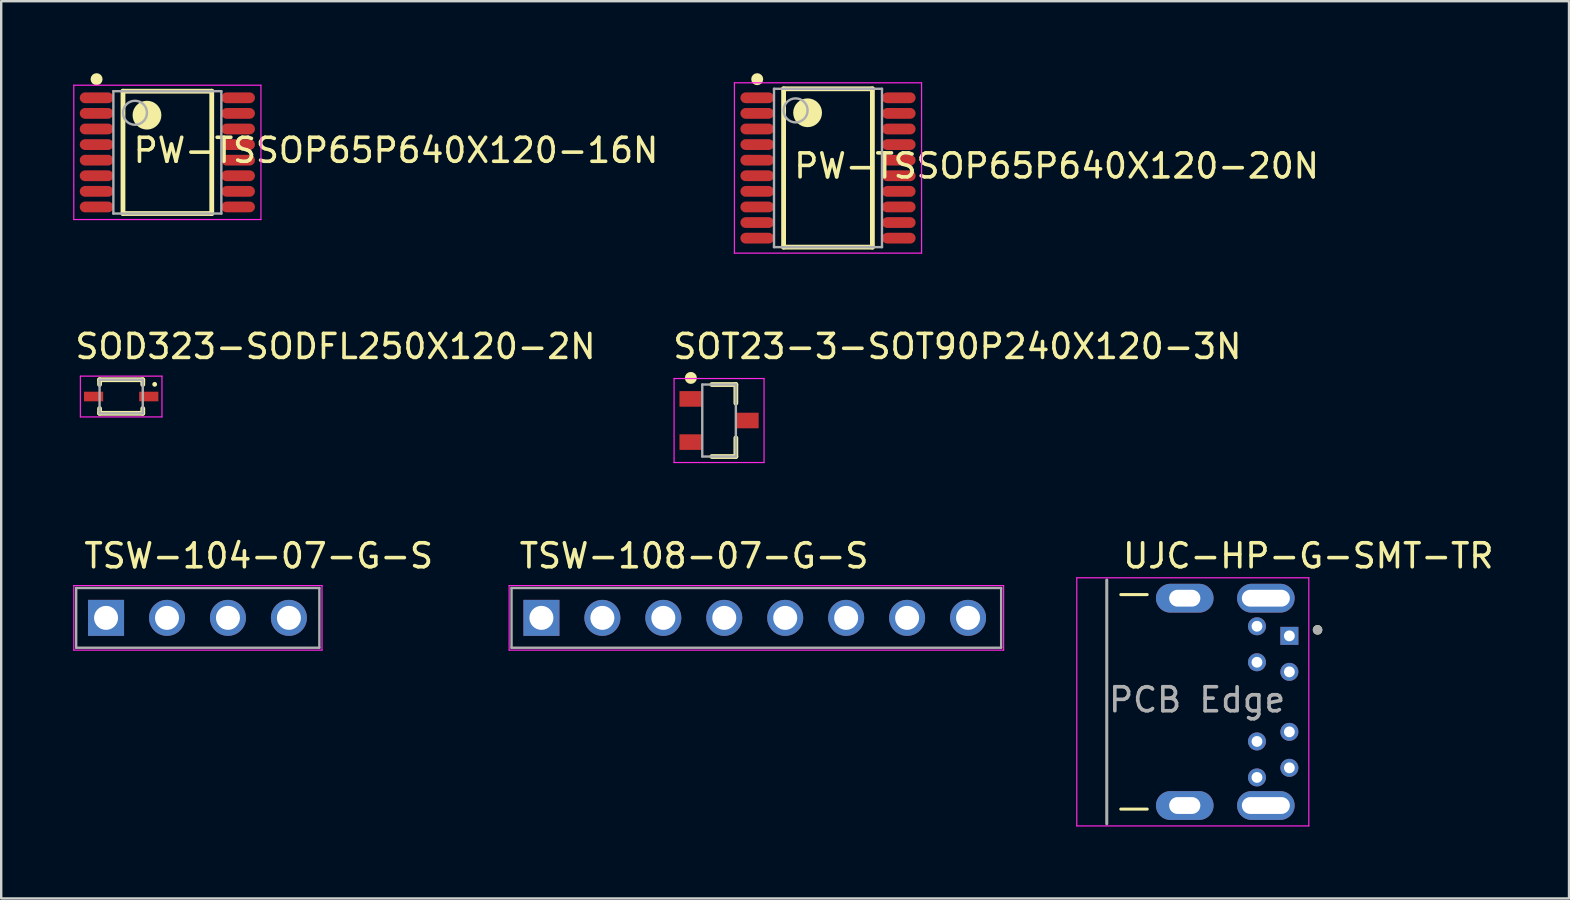
<source format=kicad_pcb>
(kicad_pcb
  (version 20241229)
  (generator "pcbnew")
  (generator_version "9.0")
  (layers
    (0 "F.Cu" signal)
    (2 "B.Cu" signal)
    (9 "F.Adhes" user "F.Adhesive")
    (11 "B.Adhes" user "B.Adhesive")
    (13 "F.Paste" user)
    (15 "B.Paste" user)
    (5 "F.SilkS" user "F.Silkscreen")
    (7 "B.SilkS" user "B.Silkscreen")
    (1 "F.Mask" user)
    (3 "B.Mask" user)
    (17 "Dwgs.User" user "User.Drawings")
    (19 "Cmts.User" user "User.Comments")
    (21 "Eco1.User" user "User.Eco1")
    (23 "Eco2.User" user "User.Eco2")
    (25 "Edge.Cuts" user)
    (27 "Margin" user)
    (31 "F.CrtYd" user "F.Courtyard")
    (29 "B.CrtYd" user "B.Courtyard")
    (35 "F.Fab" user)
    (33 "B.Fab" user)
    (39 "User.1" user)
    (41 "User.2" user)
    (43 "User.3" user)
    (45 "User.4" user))
  (footprint "UJC-HP-G-SMT-TR"
    (layer "F.Cu")
    (at 46.66 26.2)
    (property "Reference" "UJC-HP-G-SMT-TR" (at -3 -5.5 0) (unlocked yes) (layer "F.SilkS") (effects (font (size 1 1) (thickness 0.15)) (justify left bottom)))
    (attr through_hole)
    (fp_line (start -1.9 -4.47) (end -3 -4.47) (stroke (width 0.127) (type solid)) (layer "F.SilkS"))
    (fp_line (start -1.9 4.47) (end -3 4.47) (stroke (width 0.127) (type solid)) (layer "F.SilkS"))
    (fp_circle (center 5.2 -3) (end 5.2 -2.9) (stroke (width 0.2) (type solid)) (fill no) (layer "F.SilkS"))
    (fp_line (start -4.835 -5.17) (end -4.835 5.17) (stroke (width 0.05) (type solid)) (layer "F.CrtYd"))
    (fp_line (start 4.835 -5.17) (end -4.835 -5.17) (stroke (width 0.05) (type solid)) (layer "F.CrtYd"))
    (fp_line (start 4.835 -5.17) (end 4.835 5.17) (stroke (width 0.05) (type solid)) (layer "F.CrtYd"))
    (fp_line (start 4.835 5.17) (end -4.835 5.17) (stroke (width 0.05) (type solid)) (layer "F.CrtYd"))
    (fp_line (start -3.585 -5.08) (end -3.585 5.08) (stroke (width 0.127) (type solid)) (layer "F.Fab"))
    (fp_circle (center 5.2 -3) (end 5.3 -3) (stroke (width 0.2) (type solid)) (fill no) (layer "F.Fab"))
    (fp_text user "PCB Edge" (at -3.585 0.5 0) (unlocked yes) (layer "F.Fab") (effects (font (size 1 1) (thickness 0.15)) (justify left bottom)))
    (pad "A1" thru_hole rect (at 4.025 -2.75) (size 0.75 0.75) (drill 0.45) (layers "*.Cu" "*.Mask"))
    (pad "A4" thru_hole circle (at 4.025 -1.25) (size 0.75 0.75) (drill 0.45) (layers "*.Cu" "*.Mask"))
    (pad "A9" thru_hole circle (at 4.025 1.25) (size 0.75 0.75) (drill 0.45) (layers "*.Cu" "*.Mask"))
    (pad "A12" thru_hole circle (at 4.025 2.75) (size 0.75 0.75) (drill 0.45) (layers "*.Cu" "*.Mask"))
    (pad "B1" thru_hole circle (at 2.675 3.15) (size 0.75 0.75) (drill 0.45) (layers "*.Cu" "*.Mask"))
    (pad "B4" thru_hole circle (at 2.675 1.65) (size 0.75 0.75) (drill 0.45) (layers "*.Cu" "*.Mask"))
    (pad "B9" thru_hole circle (at 2.675 -1.65) (size 0.75 0.75) (drill 0.45) (layers "*.Cu" "*.Mask"))
    (pad "B12" thru_hole circle (at 2.675 -3.15) (size 0.75 0.75) (drill 0.45) (layers "*.Cu" "*.Mask"))
    (pad "S1" thru_hole oval (at 3.045 -4.32) (size 2.4 1.2) (drill oval 2 0.7) (layers "*.Cu" "*.Mask"))
    (pad "S2" thru_hole oval (at 3.045 4.32) (size 2.4 1.2) (drill oval 2 0.7) (layers "*.Cu" "*.Mask"))
    (pad "S3" thru_hole oval (at -0.335 -4.32) (size 2.4 1.2) (drill oval 1.3 0.7) (layers "*.Cu" "*.Mask"))
    (pad "S4" thru_hole oval (at -0.335 4.32) (size 2.4 1.2) (drill oval 1.3 0.7) (layers "*.Cu" "*.Mask")))
  (footprint "TSW-108-07-G-S"
    (layer "F.Cu")
    (at 19.514 22.7)
    (property "Reference" "TSW-108-07-G-S" (at -1 -2 0) (unlocked yes) (layer "F.SilkS") (effects (font (size 1 1) (thickness 0.15)) (justify left bottom)))
    (attr through_hole)
    (fp_line (start 10.16 -0.5) (end 10.16 0.5) (stroke (width 0.1) (type solid)) (layer "Eco1.User"))
    (fp_line (start 10.66 0) (end 9.66 0) (stroke (width 0.1) (type solid)) (layer "Eco1.User"))
    (fp_line (start -1.345 -1.345) (end -1.345 1.345) (stroke (width 0.05) (type solid)) (layer "F.CrtYd"))
    (fp_line (start 19.262 -1.345) (end -1.345 -1.345) (stroke (width 0.05) (type solid)) (layer "F.CrtYd"))
    (fp_line (start 19.262 -1.345) (end 19.262 1.345) (stroke (width 0.05) (type solid)) (layer "F.CrtYd"))
    (fp_line (start 19.262 1.345) (end -1.345 1.345) (stroke (width 0.05) (type solid)) (layer "F.CrtYd"))
    (fp_line (start -1.245 -1.245) (end -1.245 1.245) (stroke (width 0.1) (type solid)) (layer "F.Fab"))
    (fp_line (start 19.16 -1.245) (end -1.245 -1.245) (stroke (width 0.1) (type solid)) (layer "F.Fab"))
    (fp_line (start 19.16 -1.245) (end 19.16 1.245) (stroke (width 0.1) (type solid)) (layer "F.Fab"))
    (fp_line (start 19.16 1.245) (end -1.245 1.245) (stroke (width 0.1) (type solid)) (layer "F.Fab"))
    (pad "1" thru_hole rect (at 0 0) (size 1.5 1.5) (drill 1) (layers "*.Cu" "*.Mask"))
    (pad "2" thru_hole circle (at 2.54 0) (size 1.5 1.5) (drill 1) (layers "*.Cu" "*.Mask"))
    (pad "3" thru_hole circle (at 5.08 0) (size 1.5 1.5) (drill 1) (layers "*.Cu" "*.Mask"))
    (pad "4" thru_hole circle (at 7.62 0) (size 1.5 1.5) (drill 1) (layers "*.Cu" "*.Mask"))
    (pad "5" thru_hole circle (at 10.16 0) (size 1.5 1.5) (drill 1) (layers "*.Cu" "*.Mask"))
    (pad "6" thru_hole circle (at 12.7 0) (size 1.5 1.5) (drill 1) (layers "*.Cu" "*.Mask"))
    (pad "7" thru_hole circle (at 15.24 0) (size 1.5 1.5) (drill 1) (layers "*.Cu" "*.Mask"))
    (pad "8" thru_hole circle (at 17.78 0) (size 1.5 1.5) (drill 1) (layers "*.Cu" "*.Mask")))
  (footprint "PW-TSSOP65P640X120-16N"
    (layer "F.Cu")
    (at 3.925 3.3)
    (property "Reference" "PW-TSSOP65P640X120-16N" (at -1.5 0.5 0) (unlocked yes) (layer "F.SilkS") (effects (font (size 1 1) (thickness 0.15)) (justify left bottom)))
    (attr smd)
    (fp_line (start -1.85 -2.55) (end 1.85 -2.55) (stroke (width 0.2) (type solid)) (layer "F.SilkS"))
    (fp_line (start -1.85 2.55) (end -1.85 -2.55) (stroke (width 0.2) (type solid)) (layer "F.SilkS"))
    (fp_line (start -1.85 2.55) (end 1.85 2.55) (stroke (width 0.2) (type solid)) (layer "F.SilkS"))
    (fp_line (start 1.85 2.55) (end 1.85 -2.55) (stroke (width 0.2) (type solid)) (layer "F.SilkS"))
    (fp_circle (center -2.95 -3.05) (end -2.95 -3.175) (stroke (width 0.25) (type solid)) (fill no) (layer "F.SilkS"))
    (fp_circle (center -0.85 -1.55) (end -0.85 -1.85) (stroke (width 0.6) (type solid)) (fill no) (layer "F.SilkS"))
    (fp_line (start -3.9 -2.8) (end 3.9 -2.8) (stroke (width 0.05) (type solid)) (layer "F.CrtYd"))
    (fp_line (start -3.9 2.8) (end -3.9 -2.8) (stroke (width 0.05) (type solid)) (layer "F.CrtYd"))
    (fp_line (start -3.9 2.8) (end 3.9 2.8) (stroke (width 0.05) (type solid)) (layer "F.CrtYd"))
    (fp_line (start 3.9 2.8) (end 3.9 -2.8) (stroke (width 0.05) (type solid)) (layer "F.CrtYd"))
    (fp_line (start -2.25 -2.55) (end 2.25 -2.55) (stroke (width 0.1) (type solid)) (layer "F.Fab"))
    (fp_line (start -2.25 2.55) (end -2.25 -2.55) (stroke (width 0.1) (type solid)) (layer "F.Fab"))
    (fp_line (start -2.25 2.55) (end 2.25 2.55) (stroke (width 0.1) (type solid)) (layer "F.Fab"))
    (fp_line (start 2.25 2.55) (end 2.25 -2.55) (stroke (width 0.1) (type solid)) (layer "F.Fab"))
    (fp_circle (center -1.35 -1.65) (end -0.85 -1.65) (stroke (width 0.1) (type solid)) (fill no) (layer "F.Fab"))
    (pad "1" smd oval (at -2.95 -2.275 90) (size 0.45 1.4) (layers "F.Cu" "F.Mask" "F.Paste"))
    (pad "2" smd oval (at -2.95 -1.625 90) (size 0.45 1.4) (layers "F.Cu" "F.Mask" "F.Paste"))
    (pad "3" smd oval (at -2.95 -0.975 90) (size 0.45 1.4) (layers "F.Cu" "F.Mask" "F.Paste"))
    (pad "4" smd oval (at -2.95 -0.325 90) (size 0.45 1.4) (layers "F.Cu" "F.Mask" "F.Paste"))
    (pad "5" smd oval (at -2.95 0.325 90) (size 0.45 1.4) (layers "F.Cu" "F.Mask" "F.Paste"))
    (pad "6" smd oval (at -2.95 0.975 90) (size 0.45 1.4) (layers "F.Cu" "F.Mask" "F.Paste"))
    (pad "7" smd oval (at -2.95 1.625 90) (size 0.45 1.4) (layers "F.Cu" "F.Mask" "F.Paste"))
    (pad "8" smd oval (at -2.95 2.275 90) (size 0.45 1.4) (layers "F.Cu" "F.Mask" "F.Paste"))
    (pad "9" smd oval (at 2.95 2.275 90) (size 0.45 1.4) (layers "F.Cu" "F.Mask" "F.Paste"))
    (pad "10" smd oval (at 2.95 1.625 90) (size 0.45 1.4) (layers "F.Cu" "F.Mask" "F.Paste"))
    (pad "11" smd oval (at 2.95 0.975 90) (size 0.45 1.4) (layers "F.Cu" "F.Mask" "F.Paste"))
    (pad "12" smd oval (at 2.95 0.325 90) (size 0.45 1.4) (layers "F.Cu" "F.Mask" "F.Paste"))
    (pad "13" smd oval (at 2.95 -0.325 90) (size 0.45 1.4) (layers "F.Cu" "F.Mask" "F.Paste"))
    (pad "14" smd oval (at 2.95 -0.975 90) (size 0.45 1.4) (layers "F.Cu" "F.Mask" "F.Paste"))
    (pad "15" smd oval (at 2.95 -1.625 90) (size 0.45 1.4) (layers "F.Cu" "F.Mask" "F.Paste"))
    (pad "16" smd oval (at 2.95 -2.275 90) (size 0.45 1.4) (layers "F.Cu" "F.Mask" "F.Paste")))
  (footprint "TSW-104-07-G-S"
    (layer "F.Cu")
    (at 1.37 22.7)
    (property "Reference" "TSW-104-07-G-S" (at -1 -2 0) (unlocked yes) (layer "F.SilkS") (effects (font (size 1 1) (thickness 0.15)) (justify left bottom)))
    (attr smd)
    (fp_line (start -1.345 1.345) (end -1.345 -1.345) (stroke (width 0.05) (type solid)) (layer "F.CrtYd"))
    (fp_line (start 9 -1.345) (end -1.345 -1.345) (stroke (width 0.05) (type solid)) (layer "F.CrtYd"))
    (fp_line (start 9 1.345) (end -1.345 1.345) (stroke (width 0.05) (type solid)) (layer "F.CrtYd"))
    (fp_line (start 9 1.345) (end 9 -1.345) (stroke (width 0.05) (type solid)) (layer "F.CrtYd"))
    (fp_line (start -1.245 1.245) (end -1.245 -1.245) (stroke (width 0.1) (type solid)) (layer "F.Fab"))
    (fp_line (start 8.89 -1.245) (end -1.245 -1.245) (stroke (width 0.1) (type solid)) (layer "F.Fab"))
    (fp_line (start 8.89 1.245) (end -1.245 1.245) (stroke (width 0.1) (type solid)) (layer "F.Fab"))
    (fp_line (start 8.89 1.245) (end 8.89 -1.245) (stroke (width 0.1) (type solid)) (layer "F.Fab"))
    (pad "1" thru_hole rect (at 0 0) (size 1.5 1.5) (drill 1) (layers "*.Cu" "*.Mask"))
    (pad "2" thru_hole circle (at 2.54 0) (size 1.5 1.5) (drill 1) (layers "*.Cu" "*.Mask"))
    (pad "3" thru_hole circle (at 5.08 0) (size 1.5 1.5) (drill 1) (layers "*.Cu" "*.Mask"))
    (pad "4" thru_hole circle (at 7.62 0) (size 1.5 1.5) (drill 1) (layers "*.Cu" "*.Mask")))
  (footprint "SOD323-SODFL250X120-2N"
    (layer "F.Cu")
    (at 2 13.475)
    (property "Reference" "SOD323-SODFL250X120-2N" (at -2 -1.5 0) (unlocked yes) (layer "F.SilkS") (effects (font (size 1 1) (thickness 0.15)) (justify left bottom)))
    (attr smd)
    (fp_line (start -0.9 -0.7) (end -0.9 -0.5) (stroke (width 0.2) (type solid)) (layer "F.SilkS"))
    (fp_line (start -0.9 0.5) (end -0.9 0.7) (stroke (width 0.2) (type solid)) (layer "F.SilkS"))
    (fp_line (start 0.9 -0.7) (end -0.9 -0.7) (stroke (width 0.2) (type solid)) (layer "F.SilkS"))
    (fp_line (start 0.9 -0.7) (end 0.9 -0.5) (stroke (width 0.2) (type solid)) (layer "F.SilkS"))
    (fp_line (start 0.9 0.5) (end 0.9 0.7) (stroke (width 0.2) (type solid)) (layer "F.SilkS"))
    (fp_line (start 0.9 0.7) (end -0.9 0.7) (stroke (width 0.2) (type solid)) (layer "F.SilkS"))
    (fp_circle (center 1.397 -0.508) (end 1.397 -0.458) (stroke (width 0.1) (type solid)) (fill no) (layer "F.SilkS"))
    (fp_line (start -1.7 -0.85) (end -1.7 0.85) (stroke (width 0.05) (type solid)) (layer "F.CrtYd"))
    (fp_line (start 1.7 -0.85) (end -1.7 -0.85) (stroke (width 0.05) (type solid)) (layer "F.CrtYd"))
    (fp_line (start 1.7 -0.85) (end 1.7 0.85) (stroke (width 0.05) (type solid)) (layer "F.CrtYd"))
    (fp_line (start 1.7 0.85) (end -1.7 0.85) (stroke (width 0.05) (type solid)) (layer "F.CrtYd"))
    (fp_line (start -0.9 -0.7) (end -0.9 0.7) (stroke (width 0.1) (type solid)) (layer "F.Fab"))
    (fp_line (start 0.9 -0.7) (end -0.9 -0.7) (stroke (width 0.1) (type solid)) (layer "F.Fab"))
    (fp_line (start 0.9 -0.7) (end 0.9 0.7) (stroke (width 0.1) (type solid)) (layer "F.Fab"))
    (fp_line (start 0.9 0.7) (end -0.9 0.7) (stroke (width 0.1) (type solid)) (layer "F.Fab"))
    (pad "1" smd rect (at -1.15 0 90) (size 0.4 0.8) (layers "F.Cu" "F.Mask" "F.Paste"))
    (pad "2" smd rect (at 1.15 0 90) (size 0.4 0.8) (layers "F.Cu" "F.Mask" "F.Paste")))
  (footprint "SOT23-3-SOT90P240X120-3N"
    (layer "F.Cu")
    (at 26.917 14.475)
    (property "Reference" "SOT23-3-SOT90P240X120-3N" (at -2 -2.5 0) (unlocked yes) (layer "F.SilkS") (effects (font (size 1 1) (thickness 0.15)) (justify left bottom)))
    (attr smd)
    (fp_line (start -0.3 -1.5) (end 0.7 -1.5) (stroke (width 0.2) (type solid)) (layer "F.SilkS"))
    (fp_line (start -0.3 1.5) (end 0.7 1.5) (stroke (width 0.2) (type solid)) (layer "F.SilkS"))
    (fp_line (start 0.7 -1.5) (end 0.7 -0.725) (stroke (width 0.2) (type solid)) (layer "F.SilkS"))
    (fp_line (start 0.7 0.725) (end 0.7 1.5) (stroke (width 0.2) (type solid)) (layer "F.SilkS"))
    (fp_circle (center -1.175 -1.775) (end -1.05 -1.775) (stroke (width 0.25) (type solid)) (fill no) (layer "F.SilkS"))
    (fp_line (start -1.875 -1.75) (end -1.875 1.75) (stroke (width 0.05) (type solid)) (layer "F.CrtYd"))
    (fp_line (start -1.875 -1.75) (end 1.875 -1.75) (stroke (width 0.05) (type solid)) (layer "F.CrtYd"))
    (fp_line (start -1.875 1.75) (end 1.875 1.75) (stroke (width 0.05) (type solid)) (layer "F.CrtYd"))
    (fp_line (start 1.875 -1.75) (end 1.875 1.75) (stroke (width 0.05) (type solid)) (layer "F.CrtYd"))
    (fp_line (start -0.7 -1.5) (end -0.7 1.5) (stroke (width 0.1) (type solid)) (layer "F.Fab"))
    (fp_line (start -0.7 -1.5) (end 0.7 -1.5) (stroke (width 0.1) (type solid)) (layer "F.Fab"))
    (fp_line (start -0.7 1.5) (end 0.7 1.5) (stroke (width 0.1) (type solid)) (layer "F.Fab"))
    (fp_line (start 0.7 -1.5) (end 0.7 1.5) (stroke (width 0.1) (type solid)) (layer "F.Fab"))
    (pad "1" smd rect (at -1.175 0.9 90) (size 0.65 0.95) (layers "F.Cu" "F.Mask" "F.Paste"))
    (pad "2" smd rect (at -1.175 -0.9 90) (size 0.65 0.95) (layers "F.Cu" "F.Mask" "F.Paste"))
    (pad "3" smd rect (at 1.175 0 90) (size 0.65 0.95) (layers "F.Cu" "F.Mask" "F.Paste")))
  (footprint "PW-TSSOP65P640X120-20N"
    (layer "F.Cu")
    (at 31.457 3.95)
    (property "Reference" "PW-TSSOP65P640X120-20N" (at -1.5 0.5 0) (unlocked yes) (layer "F.SilkS") (effects (font (size 1 1) (thickness 0.15)) (justify left bottom)))
    (attr smd)
    (fp_line (start -1.85 3.3) (end -1.85 -3.3) (stroke (width 0.2) (type solid)) (layer "F.SilkS"))
    (fp_line (start 1.85 -3.3) (end -1.85 -3.3) (stroke (width 0.2) (type solid)) (layer "F.SilkS"))
    (fp_line (start 1.85 3.3) (end -1.85 3.3) (stroke (width 0.2) (type solid)) (layer "F.SilkS"))
    (fp_line (start 1.85 3.3) (end 1.85 -3.3) (stroke (width 0.2) (type solid)) (layer "F.SilkS"))
    (fp_circle (center -2.95 -3.7) (end -3.075 -3.7) (stroke (width 0.25) (type solid)) (fill no) (layer "F.SilkS"))
    (fp_circle (center -0.85 -2.3) (end -1.15 -2.3) (stroke (width 0.6) (type solid)) (fill no) (layer "F.SilkS"))
    (fp_line (start -3.9 3.55) (end -3.9 -3.55) (stroke (width 0.05) (type solid)) (layer "F.CrtYd"))
    (fp_line (start 3.9 -3.55) (end -3.9 -3.55) (stroke (width 0.05) (type solid)) (layer "F.CrtYd"))
    (fp_line (start 3.9 3.55) (end -3.9 3.55) (stroke (width 0.05) (type solid)) (layer "F.CrtYd"))
    (fp_line (start 3.9 3.55) (end 3.9 -3.55) (stroke (width 0.05) (type solid)) (layer "F.CrtYd"))
    (fp_line (start -2.25 3.3) (end -2.25 -3.3) (stroke (width 0.1) (type solid)) (layer "F.Fab"))
    (fp_line (start 2.25 -3.3) (end -2.25 -3.3) (stroke (width 0.1) (type solid)) (layer "F.Fab"))
    (fp_line (start 2.25 3.3) (end -2.25 3.3) (stroke (width 0.1) (type solid)) (layer "F.Fab"))
    (fp_line (start 2.25 3.3) (end 2.25 -3.3) (stroke (width 0.1) (type solid)) (layer "F.Fab"))
    (fp_circle (center -1.35 -2.4) (end -0.85 -2.4) (stroke (width 0.1) (type solid)) (fill no) (layer "F.Fab"))
    (pad "1" smd oval (at -2.95 -2.925 90) (size 0.45 1.4) (layers "F.Cu" "F.Mask" "F.Paste"))
    (pad "2" smd oval (at -2.95 -2.275 90) (size 0.45 1.4) (layers "F.Cu" "F.Mask" "F.Paste"))
    (pad "3" smd oval (at -2.95 -1.625 90) (size 0.45 1.4) (layers "F.Cu" "F.Mask" "F.Paste"))
    (pad "4" smd oval (at -2.95 -0.975 90) (size 0.45 1.4) (layers "F.Cu" "F.Mask" "F.Paste"))
    (pad "5" smd oval (at -2.95 -0.325 90) (size 0.45 1.4) (layers "F.Cu" "F.Mask" "F.Paste"))
    (pad "6" smd oval (at -2.95 0.325 90) (size 0.45 1.4) (layers "F.Cu" "F.Mask" "F.Paste"))
    (pad "7" smd oval (at -2.95 0.975 90) (size 0.45 1.4) (layers "F.Cu" "F.Mask" "F.Paste"))
    (pad "8" smd oval (at -2.95 1.625 90) (size 0.45 1.4) (layers "F.Cu" "F.Mask" "F.Paste"))
    (pad "9" smd oval (at -2.95 2.275 90) (size 0.45 1.4) (layers "F.Cu" "F.Mask" "F.Paste"))
    (pad "10" smd oval (at -2.95 2.925 90) (size 0.45 1.4) (layers "F.Cu" "F.Mask" "F.Paste"))
    (pad "11" smd oval (at 2.95 2.925 90) (size 0.45 1.4) (layers "F.Cu" "F.Mask" "F.Paste"))
    (pad "12" smd oval (at 2.95 2.275 90) (size 0.45 1.4) (layers "F.Cu" "F.Mask" "F.Paste"))
    (pad "13" smd oval (at 2.95 1.625 90) (size 0.45 1.4) (layers "F.Cu" "F.Mask" "F.Paste"))
    (pad "14" smd oval (at 2.95 0.975 90) (size 0.45 1.4) (layers "F.Cu" "F.Mask" "F.Paste"))
    (pad "15" smd oval (at 2.95 0.325 90) (size 0.45 1.4) (layers "F.Cu" "F.Mask" "F.Paste"))
    (pad "16" smd oval (at 2.95 -0.325 90) (size 0.45 1.4) (layers "F.Cu" "F.Mask" "F.Paste"))
    (pad "17" smd oval (at 2.95 -0.975 90) (size 0.45 1.4) (layers "F.Cu" "F.Mask" "F.Paste"))
    (pad "18" smd oval (at 2.95 -1.625 90) (size 0.45 1.4) (layers "F.Cu" "F.Mask" "F.Paste"))
    (pad "19" smd oval (at 2.95 -2.275 90) (size 0.45 1.4) (layers "F.Cu" "F.Mask" "F.Paste"))
    (pad "20" smd oval (at 2.95 -2.925 90) (size 0.45 1.4) (layers "F.Cu" "F.Mask" "F.Paste")))
  (gr_rect
    (start -3 -3)
    (end 62.339 34.395)
    (stroke (width 0.1) (type default))
    (fill no)
    (layer "Edge.Cuts")))
</source>
